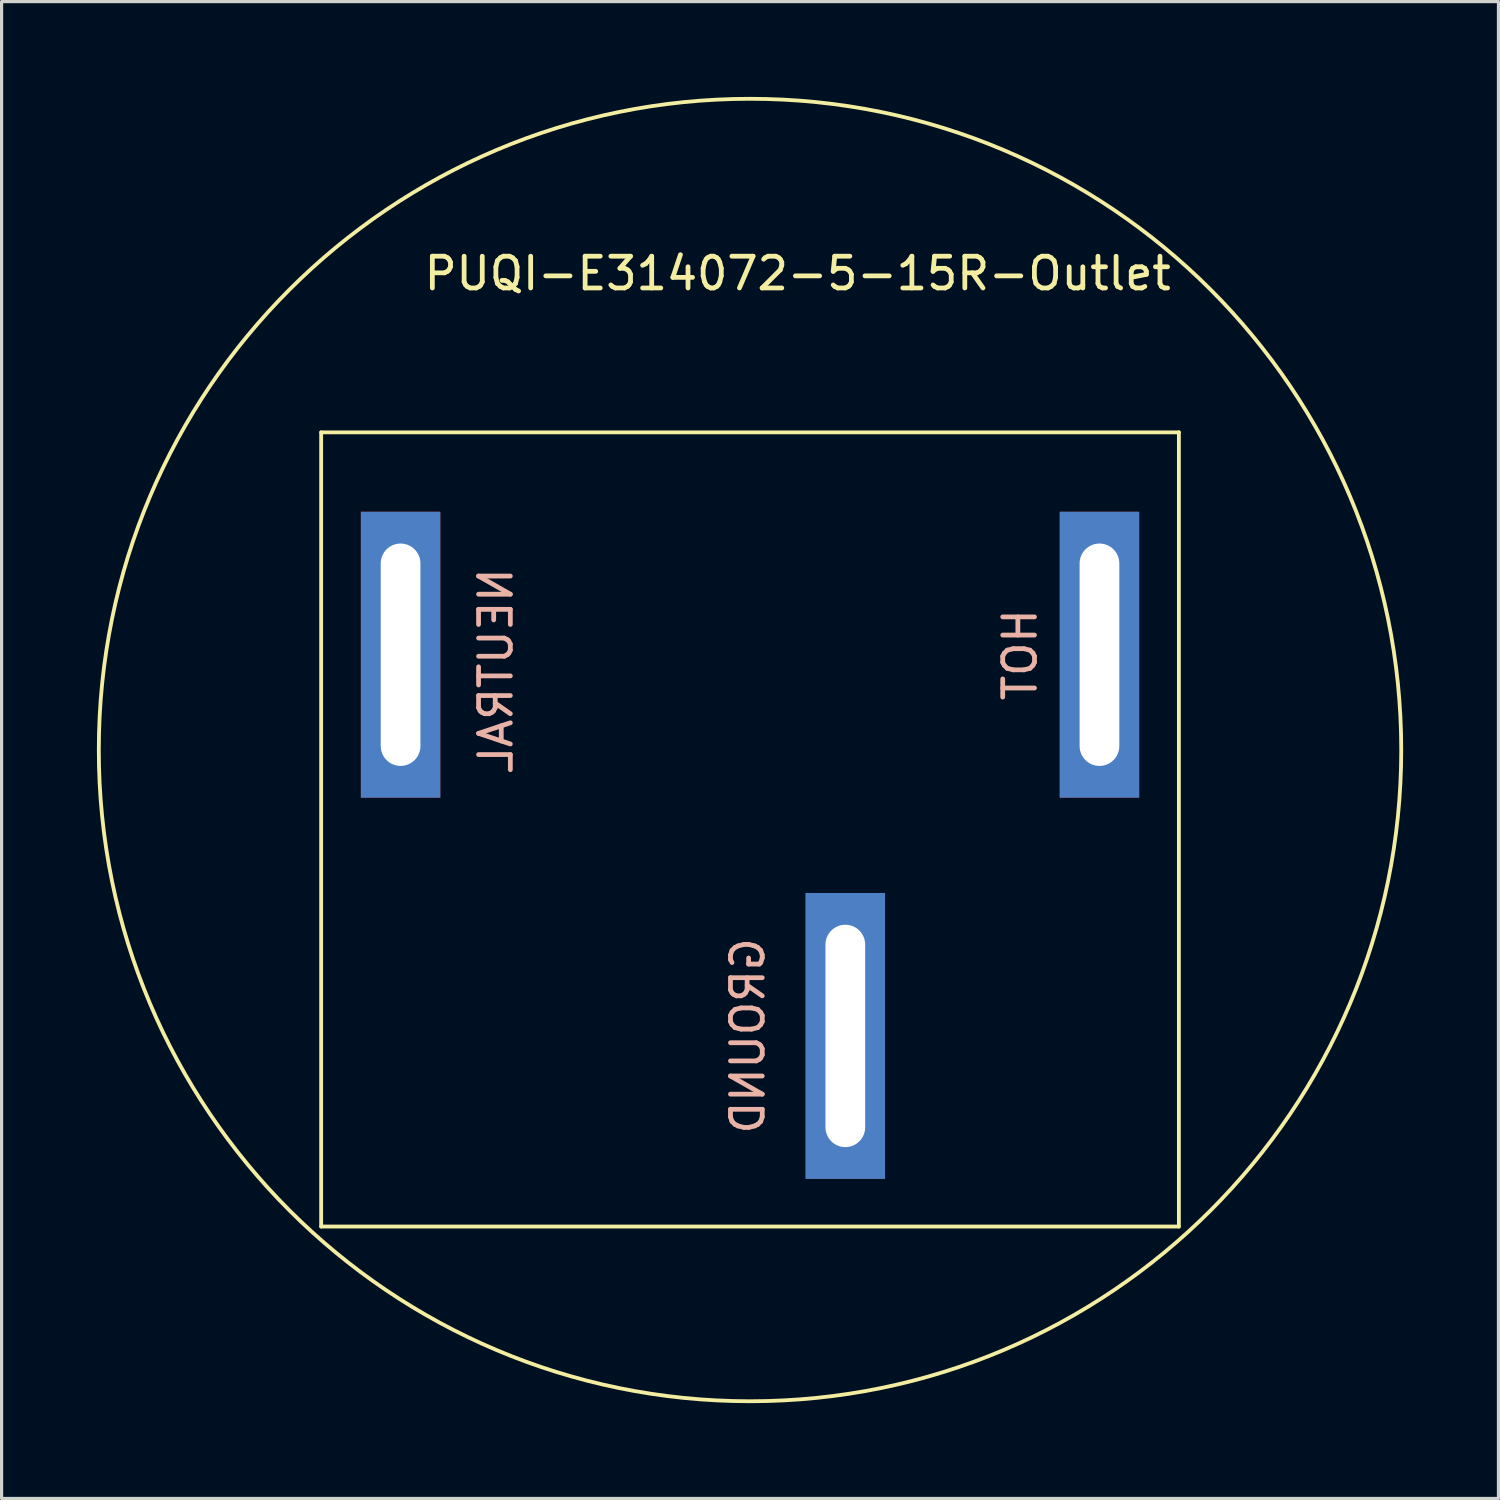
<source format=kicad_pcb>
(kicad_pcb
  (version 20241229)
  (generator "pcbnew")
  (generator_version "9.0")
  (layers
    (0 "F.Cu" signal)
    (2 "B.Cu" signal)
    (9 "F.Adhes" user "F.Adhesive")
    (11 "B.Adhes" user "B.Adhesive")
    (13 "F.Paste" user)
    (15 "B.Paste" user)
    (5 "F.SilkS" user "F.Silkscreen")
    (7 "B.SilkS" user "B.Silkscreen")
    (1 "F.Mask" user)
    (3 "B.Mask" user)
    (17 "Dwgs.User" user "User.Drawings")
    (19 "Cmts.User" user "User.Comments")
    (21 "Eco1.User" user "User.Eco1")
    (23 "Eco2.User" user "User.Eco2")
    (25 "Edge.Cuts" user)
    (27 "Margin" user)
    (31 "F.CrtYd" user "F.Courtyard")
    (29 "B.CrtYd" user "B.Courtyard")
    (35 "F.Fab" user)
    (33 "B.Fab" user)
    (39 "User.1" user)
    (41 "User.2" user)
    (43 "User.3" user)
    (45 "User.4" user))
  (footprint "PUQI-E314072-5-15R-Outlet"
    (layer "F.Cu")
    (at 7.06 10.56)
    (property "Reference" "PUQI-E314072-5-15R-Outlet" (at 15 -5 0) (layer "F.SilkS") (effects (font (size 1 1) (thickness 0.15))))
    (attr through_hole)
    (fp_line (start 0 0) (end 27 0) (stroke (width 0.12) (type solid)) (layer "F.SilkS"))
    (fp_line (start 0 25) (end 0 0) (stroke (width 0.12) (type solid)) (layer "F.SilkS"))
    (fp_line (start 27 0) (end 27 25) (stroke (width 0.12) (type solid)) (layer "F.SilkS"))
    (fp_line (start 27 25) (end 0 25) (stroke (width 0.12) (type solid)) (layer "F.SilkS"))
    (fp_circle (center 13.5 10) (end 34 10) (stroke (width 0.12) (type solid)) (fill no) (layer "F.SilkS"))
    (fp_text user "NEUTRAL" (at 5.5 7.5 90) (layer "B.SilkS") (effects (font (size 1 1) (thickness 0.15)) (justify mirror)))
    (fp_text user "GROUND" (at 13.43 19 90) (layer "B.SilkS") (effects (font (size 1 1) (thickness 0.15)) (justify mirror)))
    (fp_text user "HOT" (at 22 7 90) (layer "B.SilkS") (effects (font (size 1 1) (thickness 0.15)) (justify mirror)))
    (pad "1" thru_hole rect (at 2.5 7) (size 2.5 9) (drill oval 1.25 7) (layers "*.Cu" "*.Mask"))
    (pad "1" thru_hole rect (at 16.5 19) (size 2.5 9) (drill oval 1.25 7) (layers "*.Cu" "*.Mask"))
    (pad "1" thru_hole rect (at 24.5 7) (size 2.5 9) (drill oval 1.25 7) (layers "*.Cu" "*.Mask")))
  (gr_rect
    (start -3 -3)
    (end 44.12 44.12)
    (stroke (width 0.1) (type default))
    (fill no)
    (layer "Edge.Cuts")))
</source>
